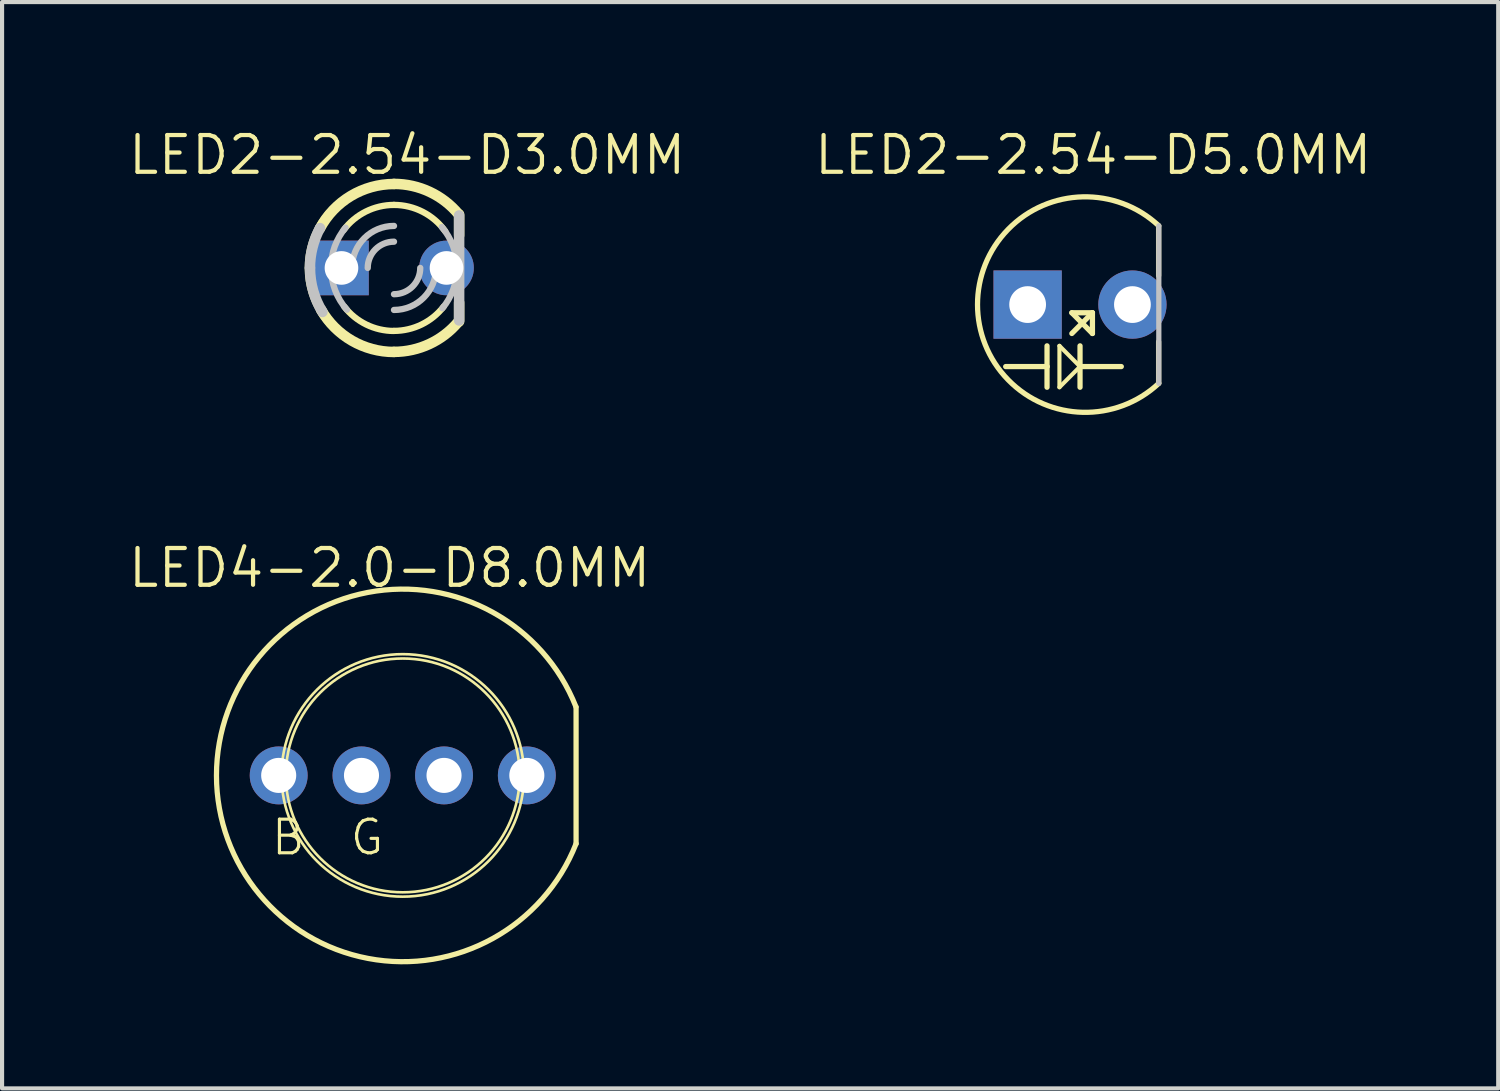
<source format=kicad_pcb>
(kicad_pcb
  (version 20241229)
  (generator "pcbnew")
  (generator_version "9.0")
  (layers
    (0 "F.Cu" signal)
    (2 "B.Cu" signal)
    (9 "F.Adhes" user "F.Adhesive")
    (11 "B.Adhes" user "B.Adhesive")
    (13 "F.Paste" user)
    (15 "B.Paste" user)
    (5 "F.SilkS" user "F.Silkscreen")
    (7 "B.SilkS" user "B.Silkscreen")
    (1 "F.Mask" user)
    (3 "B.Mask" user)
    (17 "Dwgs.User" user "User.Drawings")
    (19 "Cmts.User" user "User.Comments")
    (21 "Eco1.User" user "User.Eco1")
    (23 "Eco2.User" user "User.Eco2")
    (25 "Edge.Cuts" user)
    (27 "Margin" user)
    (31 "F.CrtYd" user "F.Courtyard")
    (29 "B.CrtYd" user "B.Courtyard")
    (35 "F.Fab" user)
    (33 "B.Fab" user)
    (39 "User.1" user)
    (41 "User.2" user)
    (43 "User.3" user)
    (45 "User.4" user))
  (footprint "LED4-2.0-D8.0MM"
    (layer "F.Cu")
    (at 6.689 15.7)
    (property "Reference" "LED4-2.0-D8.0MM" (at -0.318 -5.016 0) (layer "F.SilkS") (effects (font (size 0.889 0.889) (thickness 0.102))))
    (attr exclude_from_pos_files exclude_from_bom)
    (fp_line (start 4.191 -1.651) (end 4.191 1.651) (stroke (width 0.127) (type solid)) (layer "F.SilkS"))
    (fp_arc (start 4.191 1.651) (mid -4.504472 0.003818) (end 4.188195 -1.658102) (stroke (width 0.127) (type solid)) (layer "F.SilkS"))
    (fp_circle (center 0 0) (end -2.073 2.073) (stroke (width 0.064) (type solid)) (fill no) (layer "F.SilkS"))
    (fp_circle (center 0 0) (end -1.999 1.999) (stroke (width 0.064) (type solid)) (fill no) (layer "F.SilkS"))
    (fp_text user "B" (at -2.769 1.499 0) (layer "F.SilkS") (effects (font (size 0.813 0.813) (thickness 0.076))))
    (fp_text user "G" (at -0.864 1.499 0) (layer "F.SilkS") (effects (font (size 0.813 0.813) (thickness 0.076))))
    (pad "1" thru_hole circle (at 3 0) (size 1.4 1.4) (drill 0.848) (layers "*.Cu" "*.Paste" "*.Mask"))
    (pad "2" thru_hole circle (at 0.998 0) (size 1.4 1.4) (drill 0.848) (layers "*.Cu" "*.Paste" "*.Mask"))
    (pad "3" thru_hole circle (at -0.998 0) (size 1.4 1.4) (drill 0.848) (layers "*.Cu" "*.Paste" "*.Mask"))
    (pad "4" thru_hole circle (at -3 0) (size 1.4 1.4) (drill 0.848) (layers "*.Cu" "*.Paste" "*.Mask")))
  (footprint "LED2-2.54-D3.0MM"
    (layer "F.Cu")
    (at 6.477 3.429)
    (property "Reference" "LED2-2.54-D3.0MM" (at 0.318 -2.731 0) (layer "F.SilkS") (effects (font (size 0.889 0.889) (thickness 0.102))))
    (attr exclude_from_pos_files exclude_from_bom)
    (fp_line (start 1.524 1.27) (end 1.524 -1.27) (stroke (width 0.127) (type solid)) (layer "F.SilkS"))
    (fp_line (start 1.575 -1.293) (end 1.575 -0.787) (stroke (width 0.254) (type solid)) (layer "F.SilkS"))
    (fp_line (start 1.575 1.293) (end 1.575 0.838) (stroke (width 0.254) (type solid)) (layer "F.SilkS"))
    (fp_arc (start -1.7907 -0.95504) (mid -1.044567 -1.739997) (end -0.000975 -2.02946) (stroke (width 0.254) (type solid)) (layer "F.SilkS"))
    (fp_arc (start -1.2192 -0.9144) (mid -0.681912 -1.362928) (end -0.000801 -1.524) (stroke (width 0.1524) (type solid)) (layer "F.SilkS"))
    (fp_arc (start 0 -2.032) (mid 0.860367 -1.840867) (end 1.55888 -1.303426) (stroke (width 0.254) (type solid)) (layer "F.SilkS"))
    (fp_arc (start 0 -1.524) (mid 0.696618 -1.35547) (end 1.239166 -0.887155) (stroke (width 0.1524) (type solid)) (layer "F.SilkS"))
    (fp_arc (start 0 1.524) (mid -0.669273 1.369179) (end -1.202564 0.936171) (stroke (width 0.1524) (type solid)) (layer "F.SilkS"))
    (fp_arc (start 0 2.032) (mid -1.01907 1.757988) (end -1.763299 1.009851) (stroke (width 0.254) (type solid)) (layer "F.SilkS"))
    (fp_arc (start 1.20142 0.93472) (mid 0.668882 1.367373) (end 0.000442 1.522206) (stroke (width 0.1524) (type solid)) (layer "F.SilkS"))
    (fp_arc (start 1.524 1.27) (mid -2.096491 0.001426) (end 1.522217 -1.272226) (stroke (width 0.127) (type solid)) (layer "F.SilkS"))
    (fp_arc (start 1.5494 1.31064) (mid 0.855154 1.840416) (end 0.002552 2.029387) (stroke (width 0.254) (type solid)) (layer "F.SilkS"))
    (fp_line (start 1.575 1.27) (end 1.575 -1.27) (stroke (width 0.254) (type solid)) (layer "Dwgs.User"))
    (fp_arc (start -2.032 0) (mid -1.970347 -0.496745) (end -1.78913 -0.963347) (stroke (width 0.254) (type solid)) (layer "Dwgs.User"))
    (fp_arc (start -1.72974 1.06426) (mid -1.954164 0.553076) (end -2.030923 0.0001) (stroke (width 0.254) (type solid)) (layer "Dwgs.User"))
    (fp_arc (start -1.524 0) (mid -1.432999 -0.518738) (end -1.170864 -0.975527) (stroke (width 0.1524) (type solid)) (layer "Dwgs.User"))
    (fp_arc (start -1.13792 1.01092) (mid -1.422742 0.540951) (end -1.522111 0.000469) (stroke (width 0.1524) (type solid)) (layer "Dwgs.User"))
    (fp_arc (start -1.016 0) (mid -0.71842 -0.71842) (end 0 -1.016) (stroke (width 0.1524) (type solid)) (layer "Dwgs.User"))
    (fp_arc (start -0.635 0) (mid -0.449013 -0.449013) (end 0 -0.635) (stroke (width 0.1524) (type solid)) (layer "Dwgs.User"))
    (fp_arc (start 0.635 0) (mid 0.449013 0.449013) (end 0 0.635) (stroke (width 0.1524) (type solid)) (layer "Dwgs.User"))
    (fp_arc (start 1.016 0) (mid 0.71842 0.71842) (end 0 1.016) (stroke (width 0.1524) (type solid)) (layer "Dwgs.User"))
    (fp_arc (start 1.1557 -0.9906) (mid 1.427593 -0.528119) (end 1.522147 -0.000034) (stroke (width 0.1524) (type solid)) (layer "Dwgs.User"))
    (fp_arc (start 1.524 0) (mid 1.432999 0.518738) (end 1.170864 0.975527) (stroke (width 0.1524) (type solid)) (layer "Dwgs.User"))
    (pad "A" thru_hole rect (at -1.27 0) (size 1.321 1.321) (drill 0.813) (layers "*.Cu" "*.Paste" "*.Mask"))
    (pad "K" thru_hole circle (at 1.27 0) (size 1.321 1.321) (drill 0.813) (layers "*.Cu" "*.Paste" "*.Mask")))
  (footprint "LED2-2.54-D5.0MM"
    (layer "F.Cu")
    (at 23.066 4.315)
    (property "Reference" "LED2-2.54-D5.0MM" (at 0.318 -3.617 0) (layer "F.SilkS") (effects (font (size 0.889 0.889) (thickness 0.102))))
    (attr exclude_from_pos_files exclude_from_bom)
    (fp_line (start -1.798 1.499) (end -0.798 1.499) (stroke (width 0.127) (type solid)) (layer "F.SilkS"))
    (fp_line (start -0.798 0.998) (end -0.798 1.499) (stroke (width 0.127) (type solid)) (layer "F.SilkS"))
    (fp_line (start -0.798 1.499) (end -0.798 1.999) (stroke (width 0.127) (type solid)) (layer "F.SilkS"))
    (fp_line (start -0.498 0.998) (end -0.498 1.999) (stroke (width 0.1) (type solid)) (layer "F.SilkS"))
    (fp_line (start -0.498 1.999) (end 0 1.499) (stroke (width 0.1) (type solid)) (layer "F.SilkS"))
    (fp_line (start -0.198 0.198) (end 0.3 0.699) (stroke (width 0.127) (type solid)) (layer "F.SilkS"))
    (fp_line (start -0.198 0.699) (end 0.3 0.198) (stroke (width 0.127) (type solid)) (layer "F.SilkS"))
    (fp_line (start 0 0.998) (end 0 1.499) (stroke (width 0.127) (type solid)) (layer "F.SilkS"))
    (fp_line (start 0 1.499) (end -0.498 0.998) (stroke (width 0.1) (type solid)) (layer "F.SilkS"))
    (fp_line (start 0 1.499) (end 0 1.999) (stroke (width 0.127) (type solid)) (layer "F.SilkS"))
    (fp_line (start 0 1.499) (end 0.998 1.499) (stroke (width 0.127) (type solid)) (layer "F.SilkS"))
    (fp_line (start 0.3 0.198) (end -0.198 0.198) (stroke (width 0.127) (type solid)) (layer "F.SilkS"))
    (fp_line (start 0.3 0.699) (end 0.3 0.198) (stroke (width 0.127) (type solid)) (layer "F.SilkS"))
    (fp_line (start 1.9 -1.9) (end 1.9 -0.699) (stroke (width 0.127) (type solid)) (layer "F.SilkS"))
    (fp_line (start 1.9 1.9) (end 1.9 0.899) (stroke (width 0.127) (type solid)) (layer "F.SilkS"))
    (fp_arc (start 1.905 1.905) (mid -2.478822 0.00114) (end 1.903333 -1.906555) (stroke (width 0.127) (type solid)) (layer "F.SilkS"))
    (fp_line (start 1.905 -1.905) (end 1.905 1.905) (stroke (width 0.127) (type solid)) (layer "Dwgs.User"))
    (pad "+" thru_hole rect (at -1.267 0) (size 1.651 1.651) (drill 0.889) (layers "*.Cu" "*.Paste" "*.Mask"))
    (pad "-" thru_hole circle (at 1.267 0) (size 1.651 1.651) (drill 0.889) (layers "*.Cu" "*.Paste" "*.Mask")))
  (gr_rect
    (start -3 -3)
    (end 33.178 23.268)
    (stroke (width 0.1) (type default))
    (fill no)
    (layer "Edge.Cuts")))
</source>
